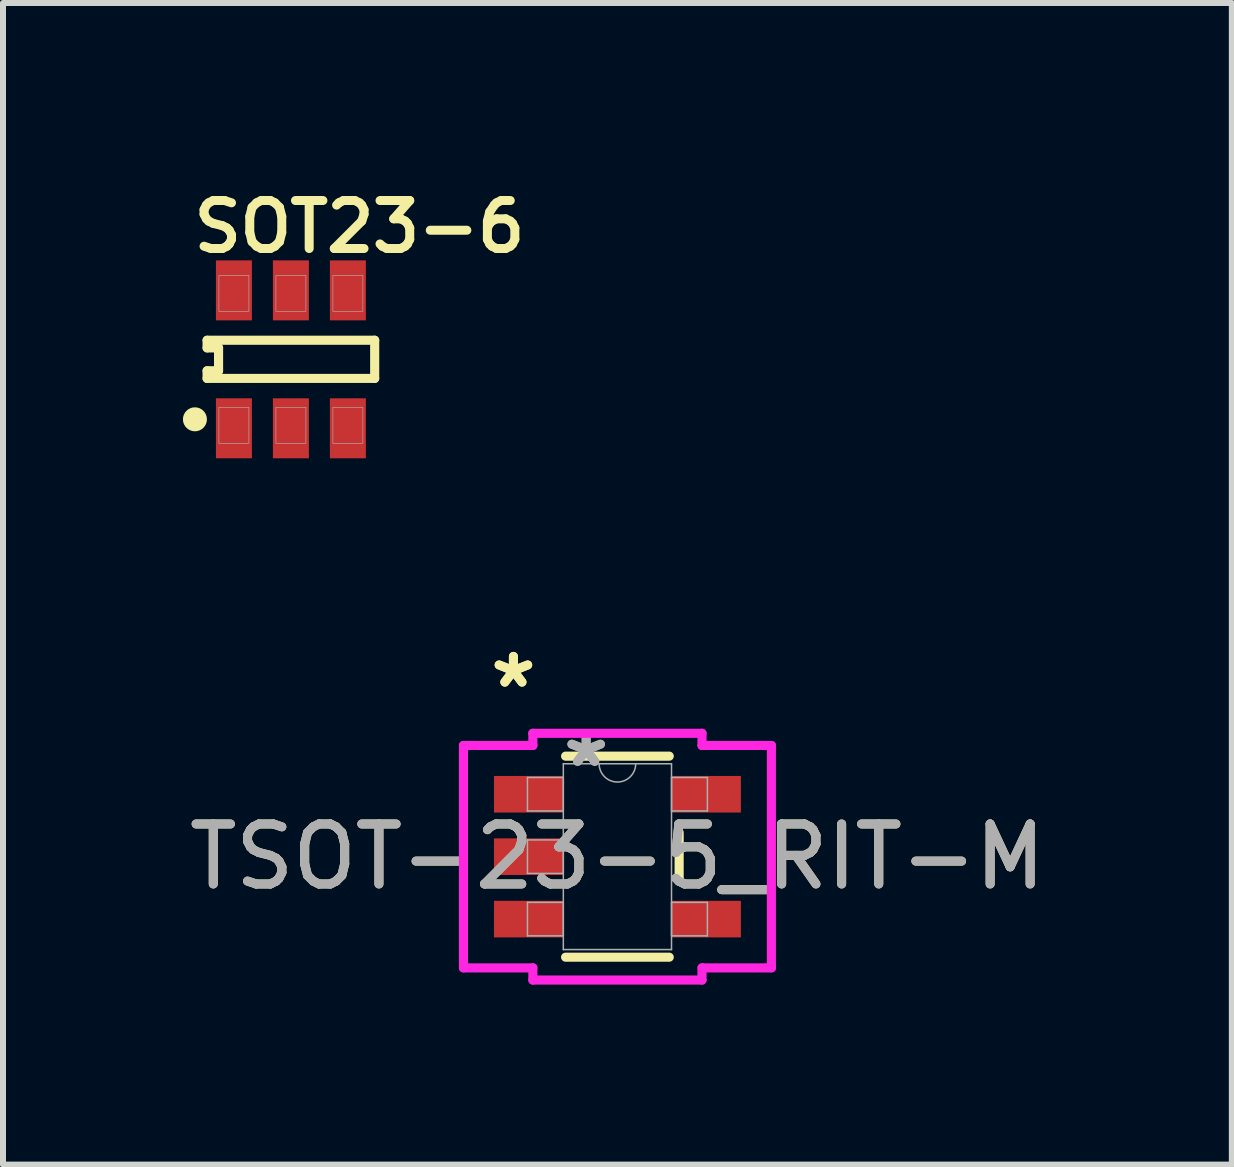
<source format=kicad_pcb>
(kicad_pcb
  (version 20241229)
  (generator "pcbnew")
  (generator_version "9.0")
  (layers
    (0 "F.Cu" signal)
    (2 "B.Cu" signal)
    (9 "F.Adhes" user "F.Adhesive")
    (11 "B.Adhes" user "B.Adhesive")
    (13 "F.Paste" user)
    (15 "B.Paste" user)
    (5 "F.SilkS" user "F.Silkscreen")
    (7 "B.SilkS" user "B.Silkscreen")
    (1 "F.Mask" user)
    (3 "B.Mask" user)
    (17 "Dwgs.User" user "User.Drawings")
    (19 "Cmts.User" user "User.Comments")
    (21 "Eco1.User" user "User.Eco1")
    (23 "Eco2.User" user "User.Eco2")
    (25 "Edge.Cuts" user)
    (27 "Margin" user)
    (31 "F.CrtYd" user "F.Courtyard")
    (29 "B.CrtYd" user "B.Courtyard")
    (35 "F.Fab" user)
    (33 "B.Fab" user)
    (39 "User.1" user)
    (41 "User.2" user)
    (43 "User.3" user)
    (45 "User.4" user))
  (footprint "SOT23-6"
    (layer "F.Cu")
    (at 1.8 2.941)
    (property "Reference" "SOT23-6" (at 1.143 -2.21 0) (layer "F.SilkS") (effects (font (size 0.8 0.8) (thickness 0.15))))
    (attr smd)
    (fp_line (start -1.397 -0.318) (end 1.397 -0.318) (stroke (width 0.152) (type solid)) (layer "F.SilkS"))
    (fp_line (start -1.397 -0.191) (end -1.397 -0.318) (stroke (width 0.152) (type solid)) (layer "F.SilkS"))
    (fp_line (start -1.397 0.191) (end -1.206 0.191) (stroke (width 0.152) (type solid)) (layer "F.SilkS"))
    (fp_line (start -1.397 0.318) (end -1.397 0.191) (stroke (width 0.152) (type solid)) (layer "F.SilkS"))
    (fp_line (start -1.206 -0.191) (end -1.397 -0.191) (stroke (width 0.152) (type solid)) (layer "F.SilkS"))
    (fp_line (start -1.206 0.191) (end -1.206 -0.191) (stroke (width 0.152) (type solid)) (layer "F.SilkS"))
    (fp_line (start 1.397 -0.318) (end 1.397 0.318) (stroke (width 0.152) (type solid)) (layer "F.SilkS"))
    (fp_line (start 1.397 0.318) (end -1.397 0.318) (stroke (width 0.152) (type solid)) (layer "F.SilkS"))
    (fp_circle (center -1.6 1) (end -1.4 1) (stroke (width 0) (type solid)) (fill yes) (layer "F.SilkS"))
    (fp_poly (pts (xy -1.2 -1.4) (xy -0.7 -1.4) (xy -0.7 -0.8) (xy -1.2 -0.8)) (stroke (width 0.01) (type solid)) (fill no) (layer "F.Fab"))
    (fp_poly (pts (xy -1.2 0.8) (xy -0.7 0.8) (xy -0.7 1.4) (xy -1.2 1.4)) (stroke (width 0.01) (type solid)) (fill no) (layer "F.Fab"))
    (fp_poly (pts (xy -0.25 -1.4) (xy 0.25 -1.4) (xy 0.25 -0.8) (xy -0.25 -0.8)) (stroke (width 0.01) (type solid)) (fill no) (layer "F.Fab"))
    (fp_poly (pts (xy -0.25 0.8) (xy 0.25 0.8) (xy 0.25 1.4) (xy -0.25 1.4)) (stroke (width 0.01) (type solid)) (fill no) (layer "F.Fab"))
    (fp_poly (pts (xy 0.7 -1.4) (xy 1.2 -1.4) (xy 1.2 -0.8) (xy 0.7 -0.8)) (stroke (width 0.01) (type solid)) (fill no) (layer "F.Fab"))
    (fp_poly (pts (xy 0.7 0.8) (xy 1.2 0.8) (xy 1.2 1.4) (xy 0.7 1.4)) (stroke (width 0.01) (type solid)) (fill no) (layer "F.Fab"))
    (pad "1" smd rect (at -0.95 1.15) (size 0.6 1) (layers "F.Cu" "F.Mask" "F.Paste"))
    (pad "2" smd rect (at 0 1.15) (size 0.6 1) (layers "F.Cu" "F.Mask" "F.Paste"))
    (pad "3" smd rect (at 0.95 1.15) (size 0.6 1) (layers "F.Cu" "F.Mask" "F.Paste"))
    (pad "4" smd rect (at 0.95 -1.15) (size 0.6 1) (layers "F.Cu" "F.Mask" "F.Paste"))
    (pad "5" smd rect (at 0 -1.15) (size 0.6 1) (layers "F.Cu" "F.Mask" "F.Paste"))
    (pad "6" smd rect (at -0.95 -1.15) (size 0.6 1) (layers "F.Cu" "F.Mask" "F.Paste")))
  (footprint "TSOT-23-5_RIT-M"
    (layer "F.Cu")
    (at 7.244 11.233)
    (property "Reference" "TSOT-23-5_RIT-M" (at 0 0 0) (unlocked yes) (layer "F.SilkS") (effects (font (size 1 1) (thickness 0.15))))
    (attr smd)
    (fp_line (start -0.864 1.676) (end 0.864 1.676) (stroke (width 0.152) (type solid)) (layer "F.SilkS"))
    (fp_line (start 0.864 -1.676) (end -0.864 -1.676) (stroke (width 0.152) (type solid)) (layer "F.SilkS"))
    (fp_line (start 1.029 0.403) (end 1.029 -0.403) (stroke (width 0.152) (type solid)) (layer "F.SilkS"))
    (fp_line (start -2.567 -1.854) (end -1.41 -1.854) (stroke (width 0.152) (type solid)) (layer "F.CrtYd"))
    (fp_line (start -2.567 1.854) (end -2.567 -1.854) (stroke (width 0.152) (type solid)) (layer "F.CrtYd"))
    (fp_line (start -2.567 1.854) (end -1.41 1.854) (stroke (width 0.152) (type solid)) (layer "F.CrtYd"))
    (fp_line (start -1.41 -2.057) (end 1.41 -2.057) (stroke (width 0.152) (type solid)) (layer "F.CrtYd"))
    (fp_line (start -1.41 -1.854) (end -1.41 -2.057) (stroke (width 0.152) (type solid)) (layer "F.CrtYd"))
    (fp_line (start -1.41 2.057) (end -1.41 1.854) (stroke (width 0.152) (type solid)) (layer "F.CrtYd"))
    (fp_line (start 1.41 -2.057) (end 1.41 -1.854) (stroke (width 0.152) (type solid)) (layer "F.CrtYd"))
    (fp_line (start 1.41 1.854) (end 1.41 2.057) (stroke (width 0.152) (type solid)) (layer "F.CrtYd"))
    (fp_line (start 1.41 2.057) (end -1.41 2.057) (stroke (width 0.152) (type solid)) (layer "F.CrtYd"))
    (fp_line (start 2.567 -1.854) (end 1.41 -1.854) (stroke (width 0.152) (type solid)) (layer "F.CrtYd"))
    (fp_line (start 2.567 -1.854) (end 2.567 1.854) (stroke (width 0.152) (type solid)) (layer "F.CrtYd"))
    (fp_line (start 2.567 1.854) (end 1.41 1.854) (stroke (width 0.152) (type solid)) (layer "F.CrtYd"))
    (fp_line (start -1.5 -1.32) (end -1.5 -0.762) (stroke (width 0.025) (type solid)) (layer "F.Fab"))
    (fp_line (start -1.5 -0.762) (end -0.902 -0.762) (stroke (width 0.025) (type solid)) (layer "F.Fab"))
    (fp_line (start -1.5 -0.279) (end -1.5 0.279) (stroke (width 0.025) (type solid)) (layer "F.Fab"))
    (fp_line (start -1.5 0.279) (end -0.902 0.279) (stroke (width 0.025) (type solid)) (layer "F.Fab"))
    (fp_line (start -1.5 0.762) (end -1.5 1.32) (stroke (width 0.025) (type solid)) (layer "F.Fab"))
    (fp_line (start -1.5 1.32) (end -0.902 1.32) (stroke (width 0.025) (type solid)) (layer "F.Fab"))
    (fp_line (start -0.902 -1.549) (end -0.902 1.549) (stroke (width 0.025) (type solid)) (layer "F.Fab"))
    (fp_line (start -0.902 -1.32) (end -1.5 -1.32) (stroke (width 0.025) (type solid)) (layer "F.Fab"))
    (fp_line (start -0.902 -0.762) (end -0.902 -1.32) (stroke (width 0.025) (type solid)) (layer "F.Fab"))
    (fp_line (start -0.902 -0.279) (end -1.5 -0.279) (stroke (width 0.025) (type solid)) (layer "F.Fab"))
    (fp_line (start -0.902 0.279) (end -0.902 -0.279) (stroke (width 0.025) (type solid)) (layer "F.Fab"))
    (fp_line (start -0.902 0.762) (end -1.5 0.762) (stroke (width 0.025) (type solid)) (layer "F.Fab"))
    (fp_line (start -0.902 1.32) (end -0.902 0.762) (stroke (width 0.025) (type solid)) (layer "F.Fab"))
    (fp_line (start -0.902 1.549) (end 0.902 1.549) (stroke (width 0.025) (type solid)) (layer "F.Fab"))
    (fp_line (start 0.902 -1.549) (end -0.902 -1.549) (stroke (width 0.025) (type solid)) (layer "F.Fab"))
    (fp_line (start 0.902 -1.32) (end 0.902 -0.762) (stroke (width 0.025) (type solid)) (layer "F.Fab"))
    (fp_line (start 0.902 -0.762) (end 1.5 -0.762) (stroke (width 0.025) (type solid)) (layer "F.Fab"))
    (fp_line (start 0.902 0.762) (end 0.902 1.32) (stroke (width 0.025) (type solid)) (layer "F.Fab"))
    (fp_line (start 0.902 1.32) (end 1.5 1.32) (stroke (width 0.025) (type solid)) (layer "F.Fab"))
    (fp_line (start 0.902 1.549) (end 0.902 -1.549) (stroke (width 0.025) (type solid)) (layer "F.Fab"))
    (fp_line (start 1.5 -1.32) (end 0.902 -1.32) (stroke (width 0.025) (type solid)) (layer "F.Fab"))
    (fp_line (start 1.5 -0.762) (end 1.5 -1.32) (stroke (width 0.025) (type solid)) (layer "F.Fab"))
    (fp_line (start 1.5 0.762) (end 0.902 0.762) (stroke (width 0.025) (type solid)) (layer "F.Fab"))
    (fp_line (start 1.5 1.32) (end 1.5 0.762) (stroke (width 0.025) (type solid)) (layer "F.Fab"))
    (fp_arc (start 0.3048 -1.5494) (mid 0 -1.2446) (end -0.3048 -1.5494) (stroke (width 0.0254) (type solid)) (layer "F.Fab"))
    (fp_text user "*" (at -1.734 -2.794 0) (unlocked yes) (layer "F.SilkS") (effects (font (size 1 1) (thickness 0.15))))
    (fp_text user "*" (at -1.734 -2.794 0) (layer "F.SilkS") (effects (font (size 1 1) (thickness 0.15))))
    (fp_text user "${REFERENCE}" (at 0 0 0) (unlocked yes) (layer "F.Fab") (effects (font (size 1 1) (thickness 0.15))))
    (fp_text user "*" (at -0.521 -1.473 0) (layer "F.Fab") (effects (font (size 1 1) (thickness 0.15))))
    (fp_text user "*" (at -0.521 -1.473 0) (unlocked yes) (layer "F.Fab") (effects (font (size 1 1) (thickness 0.15))))
    (pad "1" smd rect (at -1.48 -1.041) (size 1.157 0.61) (layers "F.Cu" "F.Mask" "F.Paste"))
    (pad "2" smd rect (at -1.48 0) (size 1.157 0.61) (layers "F.Cu" "F.Mask" "F.Paste"))
    (pad "3" smd rect (at -1.48 1.041) (size 1.157 0.61) (layers "F.Cu" "F.Mask" "F.Paste"))
    (pad "4" smd rect (at 1.48 1.041) (size 1.157 0.61) (layers "F.Cu" "F.Mask" "F.Paste"))
    (pad "5" smd rect (at 1.48 -1.041) (size 1.157 0.61) (layers "F.Cu" "F.Mask" "F.Paste")))
  (gr_rect
    (start -3 -3)
    (end 17.488 16.367)
    (stroke (width 0.1) (type default))
    (fill no)
    (layer "Edge.Cuts")))
</source>
